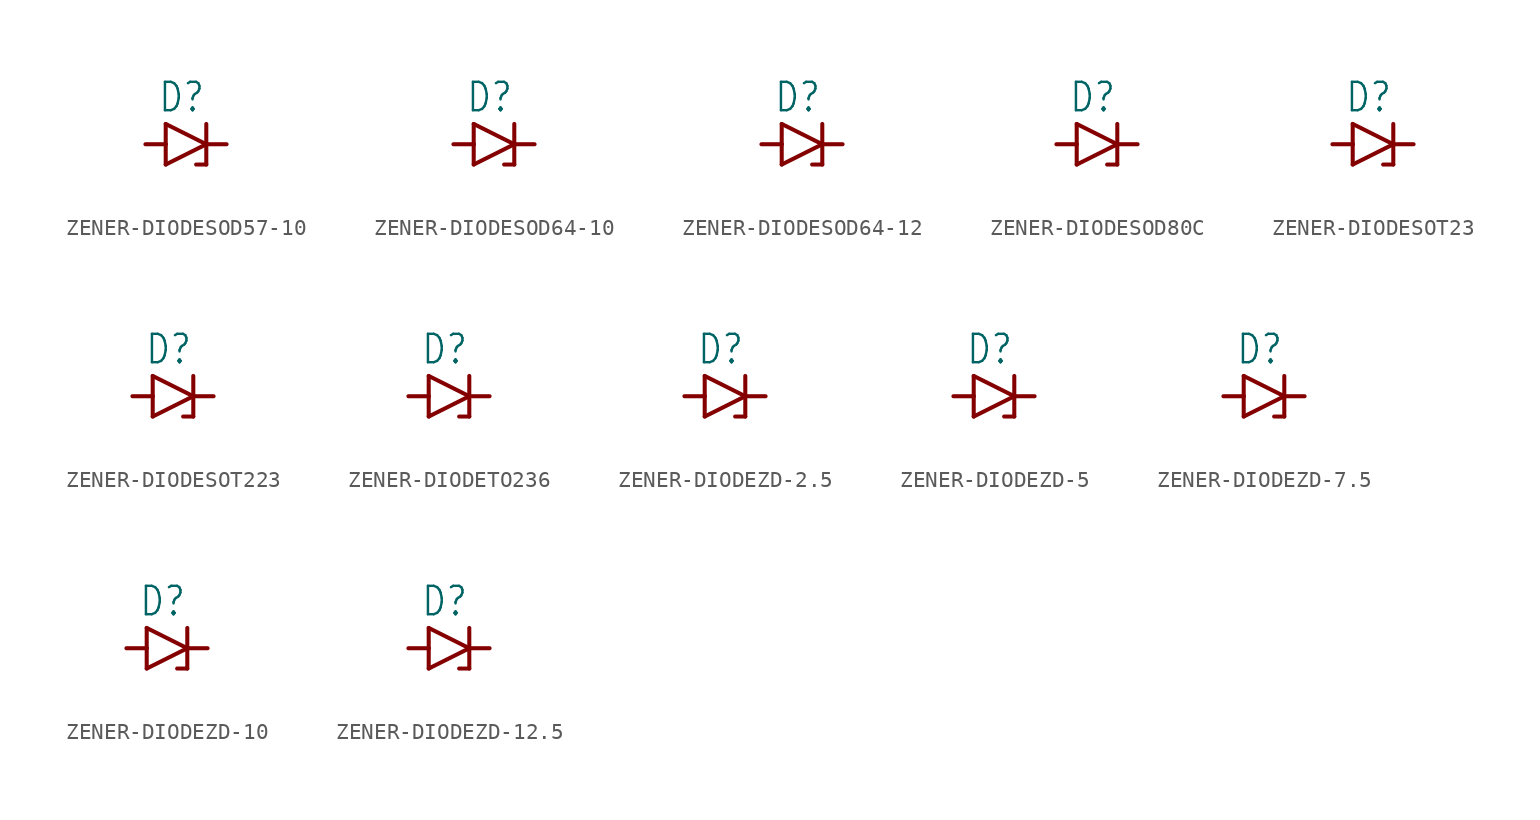
<source format=kicad_sym>
(kicad_symbol_lib
  (version 20231120)
  (generator "kicad_symbol_editor")
  (generator_version "8.0")
  (symbol "ZENER-DIODESOD57-10"
    (property "Reference" "D"
      (at -1.778 1.905 0)
      (effects (font (size 1.778 1.511)) (justify left bottom)))
    (property "Value" ""
      (at -1.778 -3.429 0)
      (effects (font (size 1.778 1.511)) (justify left bottom)))
    (property "ki_locked" ""
      (at 0 0 0)
      (effects (font (size 1.27 1.27))))
    (symbol "ZENER-DIODESOD57-10_1_0"
      (polyline (pts (xy -1.27 -1.27) (xy 1.27 0)) (stroke (width 0.254) (type solid)) (fill (type none)))
      (polyline (pts (xy -1.27 0) (xy -2.54 0)) (stroke (width 0.254) (type solid)) (fill (type none)))
      (polyline (pts (xy -1.27 0) (xy -1.27 -1.27)) (stroke (width 0.254) (type solid)) (fill (type none)))
      (polyline (pts (xy -1.27 1.27) (xy -1.27 0)) (stroke (width 0.254) (type solid)) (fill (type none)))
      (polyline (pts (xy 1.27 -1.27) (xy 0.635 -1.27)) (stroke (width 0.254) (type solid)) (fill (type none)))
      (polyline (pts (xy 1.27 0) (xy -1.27 1.27)) (stroke (width 0.254) (type solid)) (fill (type none)))
      (polyline (pts (xy 1.27 0) (xy 1.27 -1.27)) (stroke (width 0.254) (type solid)) (fill (type none)))
      (polyline (pts (xy 1.27 0) (xy 2.54 0)) (stroke (width 0.254) (type solid)) (fill (type none)))
      (polyline (pts (xy 1.27 1.27) (xy 1.27 0)) (stroke (width 0.254) (type solid)) (fill (type none)))
      (pin passive line (at -2.54 0 0) (length 0) (name "A" (effects (font (size 0 0)))) (number "A" (effects (font (size 0 0)))))
      (pin passive line (at 2.54 0 180) (length 0) (name "C" (effects (font (size 0 0)))) (number "C" (effects (font (size 0 0)))))))
  (symbol "ZENER-DIODESOD64-10"
    (property "Reference" "D"
      (at -1.778 1.905 0)
      (effects (font (size 1.778 1.511)) (justify left bottom)))
    (property "Value" ""
      (at -1.778 -3.429 0)
      (effects (font (size 1.778 1.511)) (justify left bottom)))
    (property "ki_locked" ""
      (at 0 0 0)
      (effects (font (size 1.27 1.27))))
    (symbol "ZENER-DIODESOD64-10_1_0"
      (polyline (pts (xy -1.27 -1.27) (xy 1.27 0)) (stroke (width 0.254) (type solid)) (fill (type none)))
      (polyline (pts (xy -1.27 0) (xy -2.54 0)) (stroke (width 0.254) (type solid)) (fill (type none)))
      (polyline (pts (xy -1.27 0) (xy -1.27 -1.27)) (stroke (width 0.254) (type solid)) (fill (type none)))
      (polyline (pts (xy -1.27 1.27) (xy -1.27 0)) (stroke (width 0.254) (type solid)) (fill (type none)))
      (polyline (pts (xy 1.27 -1.27) (xy 0.635 -1.27)) (stroke (width 0.254) (type solid)) (fill (type none)))
      (polyline (pts (xy 1.27 0) (xy -1.27 1.27)) (stroke (width 0.254) (type solid)) (fill (type none)))
      (polyline (pts (xy 1.27 0) (xy 1.27 -1.27)) (stroke (width 0.254) (type solid)) (fill (type none)))
      (polyline (pts (xy 1.27 0) (xy 2.54 0)) (stroke (width 0.254) (type solid)) (fill (type none)))
      (polyline (pts (xy 1.27 1.27) (xy 1.27 0)) (stroke (width 0.254) (type solid)) (fill (type none)))
      (pin passive line (at -2.54 0 0) (length 0) (name "A" (effects (font (size 0 0)))) (number "A" (effects (font (size 0 0)))))
      (pin passive line (at 2.54 0 180) (length 0) (name "C" (effects (font (size 0 0)))) (number "C" (effects (font (size 0 0)))))))
  (symbol "ZENER-DIODESOD64-12"
    (property "Reference" "D"
      (at -1.778 1.905 0)
      (effects (font (size 1.778 1.511)) (justify left bottom)))
    (property "Value" ""
      (at -1.778 -3.429 0)
      (effects (font (size 1.778 1.511)) (justify left bottom)))
    (property "ki_locked" ""
      (at 0 0 0)
      (effects (font (size 1.27 1.27))))
    (symbol "ZENER-DIODESOD64-12_1_0"
      (polyline (pts (xy -1.27 -1.27) (xy 1.27 0)) (stroke (width 0.254) (type solid)) (fill (type none)))
      (polyline (pts (xy -1.27 0) (xy -2.54 0)) (stroke (width 0.254) (type solid)) (fill (type none)))
      (polyline (pts (xy -1.27 0) (xy -1.27 -1.27)) (stroke (width 0.254) (type solid)) (fill (type none)))
      (polyline (pts (xy -1.27 1.27) (xy -1.27 0)) (stroke (width 0.254) (type solid)) (fill (type none)))
      (polyline (pts (xy 1.27 -1.27) (xy 0.635 -1.27)) (stroke (width 0.254) (type solid)) (fill (type none)))
      (polyline (pts (xy 1.27 0) (xy -1.27 1.27)) (stroke (width 0.254) (type solid)) (fill (type none)))
      (polyline (pts (xy 1.27 0) (xy 1.27 -1.27)) (stroke (width 0.254) (type solid)) (fill (type none)))
      (polyline (pts (xy 1.27 0) (xy 2.54 0)) (stroke (width 0.254) (type solid)) (fill (type none)))
      (polyline (pts (xy 1.27 1.27) (xy 1.27 0)) (stroke (width 0.254) (type solid)) (fill (type none)))
      (pin passive line (at -2.54 0 0) (length 0) (name "A" (effects (font (size 0 0)))) (number "A" (effects (font (size 0 0)))))
      (pin passive line (at 2.54 0 180) (length 0) (name "C" (effects (font (size 0 0)))) (number "C" (effects (font (size 0 0)))))))
  (symbol "ZENER-DIODESOD80C"
    (property "Reference" "D"
      (at -1.778 1.905 0)
      (effects (font (size 1.778 1.511)) (justify left bottom)))
    (property "Value" ""
      (at -1.778 -3.429 0)
      (effects (font (size 1.778 1.511)) (justify left bottom)))
    (property "ki_locked" ""
      (at 0 0 0)
      (effects (font (size 1.27 1.27))))
    (symbol "ZENER-DIODESOD80C_1_0"
      (polyline (pts (xy -1.27 -1.27) (xy 1.27 0)) (stroke (width 0.254) (type solid)) (fill (type none)))
      (polyline (pts (xy -1.27 0) (xy -2.54 0)) (stroke (width 0.254) (type solid)) (fill (type none)))
      (polyline (pts (xy -1.27 0) (xy -1.27 -1.27)) (stroke (width 0.254) (type solid)) (fill (type none)))
      (polyline (pts (xy -1.27 1.27) (xy -1.27 0)) (stroke (width 0.254) (type solid)) (fill (type none)))
      (polyline (pts (xy 1.27 -1.27) (xy 0.635 -1.27)) (stroke (width 0.254) (type solid)) (fill (type none)))
      (polyline (pts (xy 1.27 0) (xy -1.27 1.27)) (stroke (width 0.254) (type solid)) (fill (type none)))
      (polyline (pts (xy 1.27 0) (xy 1.27 -1.27)) (stroke (width 0.254) (type solid)) (fill (type none)))
      (polyline (pts (xy 1.27 0) (xy 2.54 0)) (stroke (width 0.254) (type solid)) (fill (type none)))
      (polyline (pts (xy 1.27 1.27) (xy 1.27 0)) (stroke (width 0.254) (type solid)) (fill (type none)))
      (pin passive line (at -2.54 0 0) (length 0) (name "A" (effects (font (size 0 0)))) (number "A" (effects (font (size 0 0)))))
      (pin passive line (at 2.54 0 180) (length 0) (name "C" (effects (font (size 0 0)))) (number "C" (effects (font (size 0 0)))))))
  (symbol "ZENER-DIODESOT23"
    (property "Reference" "D"
      (at -1.778 1.905 0)
      (effects (font (size 1.778 1.511)) (justify left bottom)))
    (property "Value" ""
      (at -1.778 -3.429 0)
      (effects (font (size 1.778 1.511)) (justify left bottom)))
    (property "ki_locked" ""
      (at 0 0 0)
      (effects (font (size 1.27 1.27))))
    (symbol "ZENER-DIODESOT23_1_0"
      (polyline (pts (xy -1.27 -1.27) (xy 1.27 0)) (stroke (width 0.254) (type solid)) (fill (type none)))
      (polyline (pts (xy -1.27 0) (xy -2.54 0)) (stroke (width 0.254) (type solid)) (fill (type none)))
      (polyline (pts (xy -1.27 0) (xy -1.27 -1.27)) (stroke (width 0.254) (type solid)) (fill (type none)))
      (polyline (pts (xy -1.27 1.27) (xy -1.27 0)) (stroke (width 0.254) (type solid)) (fill (type none)))
      (polyline (pts (xy 1.27 -1.27) (xy 0.635 -1.27)) (stroke (width 0.254) (type solid)) (fill (type none)))
      (polyline (pts (xy 1.27 0) (xy -1.27 1.27)) (stroke (width 0.254) (type solid)) (fill (type none)))
      (polyline (pts (xy 1.27 0) (xy 1.27 -1.27)) (stroke (width 0.254) (type solid)) (fill (type none)))
      (polyline (pts (xy 1.27 0) (xy 2.54 0)) (stroke (width 0.254) (type solid)) (fill (type none)))
      (polyline (pts (xy 1.27 1.27) (xy 1.27 0)) (stroke (width 0.254) (type solid)) (fill (type none)))
      (pin passive line (at -2.54 0 0) (length 0) (name "A" (effects (font (size 0 0)))) (number "1" (effects (font (size 0 0)))))
      (pin passive line (at 2.54 0 180) (length 0) (name "C" (effects (font (size 0 0)))) (number "3" (effects (font (size 0 0)))))))
  (symbol "ZENER-DIODESOT223"
    (property "Reference" "D"
      (at -1.778 1.905 0)
      (effects (font (size 1.778 1.511)) (justify left bottom)))
    (property "Value" ""
      (at -1.778 -3.429 0)
      (effects (font (size 1.778 1.511)) (justify left bottom)))
    (property "ki_locked" ""
      (at 0 0 0)
      (effects (font (size 1.27 1.27))))
    (symbol "ZENER-DIODESOT223_1_0"
      (polyline (pts (xy -1.27 -1.27) (xy 1.27 0)) (stroke (width 0.254) (type solid)) (fill (type none)))
      (polyline (pts (xy -1.27 0) (xy -2.54 0)) (stroke (width 0.254) (type solid)) (fill (type none)))
      (polyline (pts (xy -1.27 0) (xy -1.27 -1.27)) (stroke (width 0.254) (type solid)) (fill (type none)))
      (polyline (pts (xy -1.27 1.27) (xy -1.27 0)) (stroke (width 0.254) (type solid)) (fill (type none)))
      (polyline (pts (xy 1.27 -1.27) (xy 0.635 -1.27)) (stroke (width 0.254) (type solid)) (fill (type none)))
      (polyline (pts (xy 1.27 0) (xy -1.27 1.27)) (stroke (width 0.254) (type solid)) (fill (type none)))
      (polyline (pts (xy 1.27 0) (xy 1.27 -1.27)) (stroke (width 0.254) (type solid)) (fill (type none)))
      (polyline (pts (xy 1.27 0) (xy 2.54 0)) (stroke (width 0.254) (type solid)) (fill (type none)))
      (polyline (pts (xy 1.27 1.27) (xy 1.27 0)) (stroke (width 0.254) (type solid)) (fill (type none)))
      (pin passive line (at -2.54 0 0) (length 0) (name "A" (effects (font (size 0 0)))) (number "1" (effects (font (size 0 0)))))
      (pin passive line (at 2.54 0 180) (length 0) (name "C" (effects (font (size 0 0)))) (number "4" (effects (font (size 0 0)))))))
  (symbol "ZENER-DIODETO236"
    (property "Reference" "D"
      (at -1.778 1.905 0)
      (effects (font (size 1.778 1.511)) (justify left bottom)))
    (property "Value" ""
      (at -1.778 -3.429 0)
      (effects (font (size 1.778 1.511)) (justify left bottom)))
    (property "ki_locked" ""
      (at 0 0 0)
      (effects (font (size 1.27 1.27))))
    (symbol "ZENER-DIODETO236_1_0"
      (polyline (pts (xy -1.27 -1.27) (xy 1.27 0)) (stroke (width 0.254) (type solid)) (fill (type none)))
      (polyline (pts (xy -1.27 0) (xy -2.54 0)) (stroke (width 0.254) (type solid)) (fill (type none)))
      (polyline (pts (xy -1.27 0) (xy -1.27 -1.27)) (stroke (width 0.254) (type solid)) (fill (type none)))
      (polyline (pts (xy -1.27 1.27) (xy -1.27 0)) (stroke (width 0.254) (type solid)) (fill (type none)))
      (polyline (pts (xy 1.27 -1.27) (xy 0.635 -1.27)) (stroke (width 0.254) (type solid)) (fill (type none)))
      (polyline (pts (xy 1.27 0) (xy -1.27 1.27)) (stroke (width 0.254) (type solid)) (fill (type none)))
      (polyline (pts (xy 1.27 0) (xy 1.27 -1.27)) (stroke (width 0.254) (type solid)) (fill (type none)))
      (polyline (pts (xy 1.27 0) (xy 2.54 0)) (stroke (width 0.254) (type solid)) (fill (type none)))
      (polyline (pts (xy 1.27 1.27) (xy 1.27 0)) (stroke (width 0.254) (type solid)) (fill (type none)))
      (pin passive line (at -2.54 0 0) (length 0) (name "A" (effects (font (size 0 0)))) (number "A" (effects (font (size 0 0)))))
      (pin passive line (at 2.54 0 180) (length 0) (name "C" (effects (font (size 0 0)))) (number "C" (effects (font (size 0 0)))))))
  (symbol "ZENER-DIODEZD-2.5"
    (property "Reference" "D"
      (at -1.778 1.905 0)
      (effects (font (size 1.778 1.511)) (justify left bottom)))
    (property "Value" ""
      (at -1.778 -3.429 0)
      (effects (font (size 1.778 1.511)) (justify left bottom)))
    (property "ki_locked" ""
      (at 0 0 0)
      (effects (font (size 1.27 1.27))))
    (symbol "ZENER-DIODEZD-2.5_1_0"
      (polyline (pts (xy -1.27 -1.27) (xy 1.27 0)) (stroke (width 0.254) (type solid)) (fill (type none)))
      (polyline (pts (xy -1.27 0) (xy -2.54 0)) (stroke (width 0.254) (type solid)) (fill (type none)))
      (polyline (pts (xy -1.27 0) (xy -1.27 -1.27)) (stroke (width 0.254) (type solid)) (fill (type none)))
      (polyline (pts (xy -1.27 1.27) (xy -1.27 0)) (stroke (width 0.254) (type solid)) (fill (type none)))
      (polyline (pts (xy 1.27 -1.27) (xy 0.635 -1.27)) (stroke (width 0.254) (type solid)) (fill (type none)))
      (polyline (pts (xy 1.27 0) (xy -1.27 1.27)) (stroke (width 0.254) (type solid)) (fill (type none)))
      (polyline (pts (xy 1.27 0) (xy 1.27 -1.27)) (stroke (width 0.254) (type solid)) (fill (type none)))
      (polyline (pts (xy 1.27 0) (xy 2.54 0)) (stroke (width 0.254) (type solid)) (fill (type none)))
      (polyline (pts (xy 1.27 1.27) (xy 1.27 0)) (stroke (width 0.254) (type solid)) (fill (type none)))
      (pin passive line (at -2.54 0 0) (length 0) (name "A" (effects (font (size 0 0)))) (number "A" (effects (font (size 0 0)))))
      (pin passive line (at 2.54 0 180) (length 0) (name "C" (effects (font (size 0 0)))) (number "C" (effects (font (size 0 0)))))))
  (symbol "ZENER-DIODEZD-5"
    (property "Reference" "D"
      (at -1.778 1.905 0)
      (effects (font (size 1.778 1.511)) (justify left bottom)))
    (property "Value" ""
      (at -1.778 -3.429 0)
      (effects (font (size 1.778 1.511)) (justify left bottom)))
    (property "ki_locked" ""
      (at 0 0 0)
      (effects (font (size 1.27 1.27))))
    (symbol "ZENER-DIODEZD-5_1_0"
      (polyline (pts (xy -1.27 -1.27) (xy 1.27 0)) (stroke (width 0.254) (type solid)) (fill (type none)))
      (polyline (pts (xy -1.27 0) (xy -2.54 0)) (stroke (width 0.254) (type solid)) (fill (type none)))
      (polyline (pts (xy -1.27 0) (xy -1.27 -1.27)) (stroke (width 0.254) (type solid)) (fill (type none)))
      (polyline (pts (xy -1.27 1.27) (xy -1.27 0)) (stroke (width 0.254) (type solid)) (fill (type none)))
      (polyline (pts (xy 1.27 -1.27) (xy 0.635 -1.27)) (stroke (width 0.254) (type solid)) (fill (type none)))
      (polyline (pts (xy 1.27 0) (xy -1.27 1.27)) (stroke (width 0.254) (type solid)) (fill (type none)))
      (polyline (pts (xy 1.27 0) (xy 1.27 -1.27)) (stroke (width 0.254) (type solid)) (fill (type none)))
      (polyline (pts (xy 1.27 0) (xy 2.54 0)) (stroke (width 0.254) (type solid)) (fill (type none)))
      (polyline (pts (xy 1.27 1.27) (xy 1.27 0)) (stroke (width 0.254) (type solid)) (fill (type none)))
      (pin passive line (at -2.54 0 0) (length 0) (name "A" (effects (font (size 0 0)))) (number "A" (effects (font (size 0 0)))))
      (pin passive line (at 2.54 0 180) (length 0) (name "C" (effects (font (size 0 0)))) (number "C" (effects (font (size 0 0)))))))
  (symbol "ZENER-DIODEZD-7.5"
    (property "Reference" "D"
      (at -1.778 1.905 0)
      (effects (font (size 1.778 1.511)) (justify left bottom)))
    (property "Value" ""
      (at -1.778 -3.429 0)
      (effects (font (size 1.778 1.511)) (justify left bottom)))
    (property "ki_locked" ""
      (at 0 0 0)
      (effects (font (size 1.27 1.27))))
    (symbol "ZENER-DIODEZD-7.5_1_0"
      (polyline (pts (xy -1.27 -1.27) (xy 1.27 0)) (stroke (width 0.254) (type solid)) (fill (type none)))
      (polyline (pts (xy -1.27 0) (xy -2.54 0)) (stroke (width 0.254) (type solid)) (fill (type none)))
      (polyline (pts (xy -1.27 0) (xy -1.27 -1.27)) (stroke (width 0.254) (type solid)) (fill (type none)))
      (polyline (pts (xy -1.27 1.27) (xy -1.27 0)) (stroke (width 0.254) (type solid)) (fill (type none)))
      (polyline (pts (xy 1.27 -1.27) (xy 0.635 -1.27)) (stroke (width 0.254) (type solid)) (fill (type none)))
      (polyline (pts (xy 1.27 0) (xy -1.27 1.27)) (stroke (width 0.254) (type solid)) (fill (type none)))
      (polyline (pts (xy 1.27 0) (xy 1.27 -1.27)) (stroke (width 0.254) (type solid)) (fill (type none)))
      (polyline (pts (xy 1.27 0) (xy 2.54 0)) (stroke (width 0.254) (type solid)) (fill (type none)))
      (polyline (pts (xy 1.27 1.27) (xy 1.27 0)) (stroke (width 0.254) (type solid)) (fill (type none)))
      (pin passive line (at -2.54 0 0) (length 0) (name "A" (effects (font (size 0 0)))) (number "A" (effects (font (size 0 0)))))
      (pin passive line (at 2.54 0 180) (length 0) (name "C" (effects (font (size 0 0)))) (number "C" (effects (font (size 0 0)))))))
  (symbol "ZENER-DIODEZD-10"
    (property "Reference" "D"
      (at -1.778 1.905 0)
      (effects (font (size 1.778 1.511)) (justify left bottom)))
    (property "Value" ""
      (at -1.778 -3.429 0)
      (effects (font (size 1.778 1.511)) (justify left bottom)))
    (property "ki_locked" ""
      (at 0 0 0)
      (effects (font (size 1.27 1.27))))
    (symbol "ZENER-DIODEZD-10_1_0"
      (polyline (pts (xy -1.27 -1.27) (xy 1.27 0)) (stroke (width 0.254) (type solid)) (fill (type none)))
      (polyline (pts (xy -1.27 0) (xy -2.54 0)) (stroke (width 0.254) (type solid)) (fill (type none)))
      (polyline (pts (xy -1.27 0) (xy -1.27 -1.27)) (stroke (width 0.254) (type solid)) (fill (type none)))
      (polyline (pts (xy -1.27 1.27) (xy -1.27 0)) (stroke (width 0.254) (type solid)) (fill (type none)))
      (polyline (pts (xy 1.27 -1.27) (xy 0.635 -1.27)) (stroke (width 0.254) (type solid)) (fill (type none)))
      (polyline (pts (xy 1.27 0) (xy -1.27 1.27)) (stroke (width 0.254) (type solid)) (fill (type none)))
      (polyline (pts (xy 1.27 0) (xy 1.27 -1.27)) (stroke (width 0.254) (type solid)) (fill (type none)))
      (polyline (pts (xy 1.27 0) (xy 2.54 0)) (stroke (width 0.254) (type solid)) (fill (type none)))
      (polyline (pts (xy 1.27 1.27) (xy 1.27 0)) (stroke (width 0.254) (type solid)) (fill (type none)))
      (pin passive line (at -2.54 0 0) (length 0) (name "A" (effects (font (size 0 0)))) (number "A" (effects (font (size 0 0)))))
      (pin passive line (at 2.54 0 180) (length 0) (name "C" (effects (font (size 0 0)))) (number "C" (effects (font (size 0 0)))))))
  (symbol "ZENER-DIODEZD-12.5"
    (property "Reference" "D"
      (at -1.778 1.905 0)
      (effects (font (size 1.778 1.511)) (justify left bottom)))
    (property "Value" ""
      (at -1.778 -3.429 0)
      (effects (font (size 1.778 1.511)) (justify left bottom)))
    (property "ki_locked" ""
      (at 0 0 0)
      (effects (font (size 1.27 1.27))))
    (symbol "ZENER-DIODEZD-12.5_1_0"
      (polyline (pts (xy -1.27 -1.27) (xy 1.27 0)) (stroke (width 0.254) (type solid)) (fill (type none)))
      (polyline (pts (xy -1.27 0) (xy -2.54 0)) (stroke (width 0.254) (type solid)) (fill (type none)))
      (polyline (pts (xy -1.27 0) (xy -1.27 -1.27)) (stroke (width 0.254) (type solid)) (fill (type none)))
      (polyline (pts (xy -1.27 1.27) (xy -1.27 0)) (stroke (width 0.254) (type solid)) (fill (type none)))
      (polyline (pts (xy 1.27 -1.27) (xy 0.635 -1.27)) (stroke (width 0.254) (type solid)) (fill (type none)))
      (polyline (pts (xy 1.27 0) (xy -1.27 1.27)) (stroke (width 0.254) (type solid)) (fill (type none)))
      (polyline (pts (xy 1.27 0) (xy 1.27 -1.27)) (stroke (width 0.254) (type solid)) (fill (type none)))
      (polyline (pts (xy 1.27 0) (xy 2.54 0)) (stroke (width 0.254) (type solid)) (fill (type none)))
      (polyline (pts (xy 1.27 1.27) (xy 1.27 0)) (stroke (width 0.254) (type solid)) (fill (type none)))
      (pin passive line (at -2.54 0 0) (length 0) (name "A" (effects (font (size 0 0)))) (number "A" (effects (font (size 0 0)))))
      (pin passive line (at 2.54 0 180) (length 0) (name "C" (effects (font (size 0 0)))) (number "C" (effects (font (size 0 0))))))))
</source>
